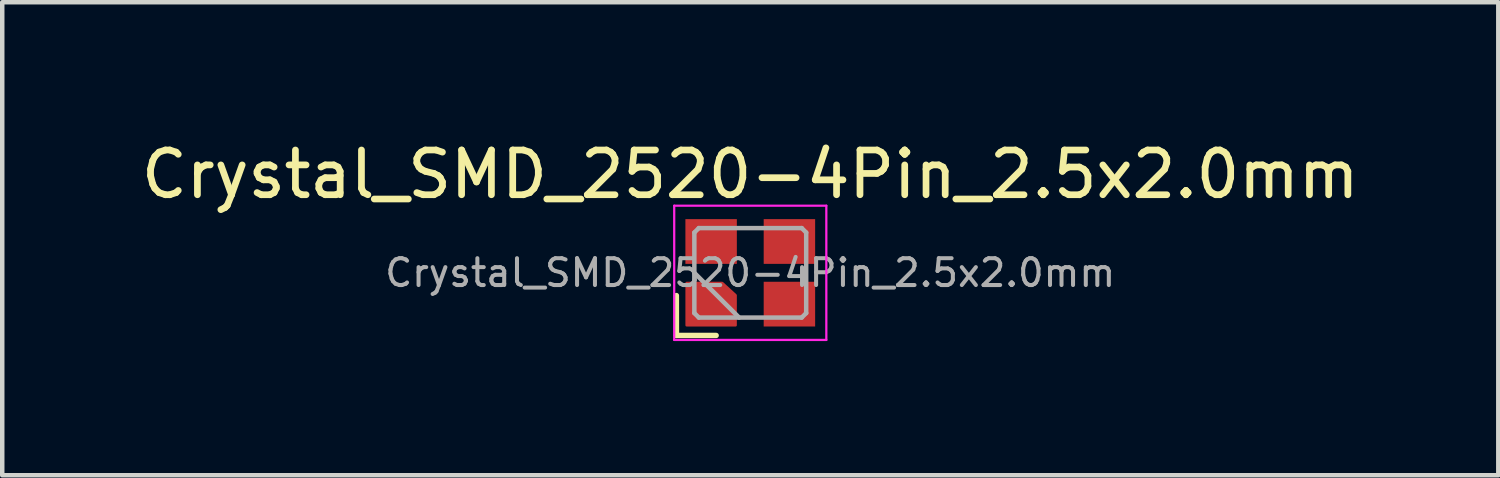
<source format=kicad_pcb>
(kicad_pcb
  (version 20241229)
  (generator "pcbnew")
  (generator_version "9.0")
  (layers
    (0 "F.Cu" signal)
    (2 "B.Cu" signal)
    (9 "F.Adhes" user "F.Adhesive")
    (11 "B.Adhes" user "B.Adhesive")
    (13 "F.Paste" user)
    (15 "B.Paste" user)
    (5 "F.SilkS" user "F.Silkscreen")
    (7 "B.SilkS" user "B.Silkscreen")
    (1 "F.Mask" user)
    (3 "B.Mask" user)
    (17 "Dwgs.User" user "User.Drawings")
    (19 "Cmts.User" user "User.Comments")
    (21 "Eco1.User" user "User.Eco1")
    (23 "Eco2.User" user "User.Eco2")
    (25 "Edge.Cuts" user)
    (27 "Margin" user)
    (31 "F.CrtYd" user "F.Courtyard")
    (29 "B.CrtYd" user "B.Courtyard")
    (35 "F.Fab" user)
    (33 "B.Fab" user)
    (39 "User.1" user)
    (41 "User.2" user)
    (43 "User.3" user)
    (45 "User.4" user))
  (footprint "Crystal_SMD_2520-4Pin_2.5x2.0mm"
    (layer "F.Cu")
    (at 13.72 3.048)
    (property "Reference" "Crystal_SMD_2520-4Pin_2.5x2.0mm" (at 0 -2.2 0) (layer "F.SilkS") (effects (font (size 1 1) (thickness 0.15))))
    (attr smd)
    (fp_line (start -1.651 0.508) (end -1.65 1.4) (stroke (width 0.12) (type solid)) (layer "F.SilkS"))
    (fp_line (start -1.65 1.4) (end -0.762 1.4) (stroke (width 0.12) (type solid)) (layer "F.SilkS"))
    (fp_line (start -1.7 -1.5) (end -1.7 1.5) (stroke (width 0.05) (type solid)) (layer "F.CrtYd"))
    (fp_line (start -1.7 1.5) (end 1.7 1.5) (stroke (width 0.05) (type solid)) (layer "F.CrtYd"))
    (fp_line (start 1.7 -1.5) (end -1.7 -1.5) (stroke (width 0.05) (type solid)) (layer "F.CrtYd"))
    (fp_line (start 1.7 1.5) (end 1.7 -1.5) (stroke (width 0.05) (type solid)) (layer "F.CrtYd"))
    (fp_line (start -1.25 -0.9) (end -1.15 -1) (stroke (width 0.1) (type solid)) (layer "F.Fab"))
    (fp_line (start -1.25 0) (end -0.25 1) (stroke (width 0.1) (type solid)) (layer "F.Fab"))
    (fp_line (start -1.25 0.9) (end -1.25 -0.9) (stroke (width 0.1) (type solid)) (layer "F.Fab"))
    (fp_line (start -1.15 -1) (end 1.15 -1) (stroke (width 0.1) (type solid)) (layer "F.Fab"))
    (fp_line (start -1.15 1) (end -1.25 0.9) (stroke (width 0.1) (type solid)) (layer "F.Fab"))
    (fp_line (start 1.15 -1) (end 1.25 -0.9) (stroke (width 0.1) (type solid)) (layer "F.Fab"))
    (fp_line (start 1.15 1) (end -1.15 1) (stroke (width 0.1) (type solid)) (layer "F.Fab"))
    (fp_line (start 1.25 -0.9) (end 1.25 0.9) (stroke (width 0.1) (type solid)) (layer "F.Fab"))
    (fp_line (start 1.25 0.9) (end 1.15 1) (stroke (width 0.1) (type solid)) (layer "F.Fab"))
    (fp_text user "${REFERENCE}" (at 0 0 0) (layer "F.Fab") (effects (font (size 0.6 0.6) (thickness 0.09))))
    (pad "1" smd custom (at -0.875 0.7) (size 0.3 0.3) (layers "F.Cu" "F.Mask" "F.Paste") (options (anchor rect)) (primitives (gr_poly (pts (xy 0.55 -0.2) (xy 0.55 0.475) (xy -0.55 0.475) (xy -0.55 -0.475) (xy 0.25 -0.475)) (width 0.05) (fill yes))))
    (pad "2" smd rect (at 0.875 0.7) (size 1.15 1) (layers "F.Cu" "F.Mask" "F.Paste"))
    (pad "3" smd rect (at 0.875 -0.7) (size 1.15 1) (layers "F.Cu" "F.Mask" "F.Paste"))
    (pad "4" smd rect (at -0.875 -0.7) (size 1.15 1) (layers "F.Cu" "F.Mask" "F.Paste")))
  (gr_rect
    (start -3 -3)
    (end 30.44 7.573)
    (stroke (width 0.1) (type default))
    (fill no)
    (layer "Edge.Cuts")))
</source>
